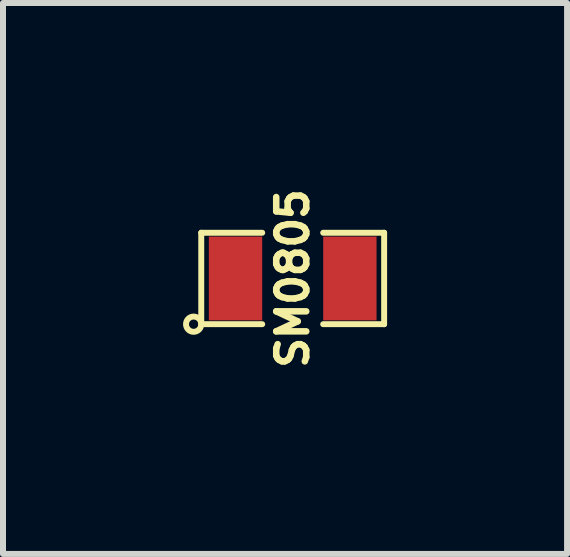
<source format=kicad_pcb>
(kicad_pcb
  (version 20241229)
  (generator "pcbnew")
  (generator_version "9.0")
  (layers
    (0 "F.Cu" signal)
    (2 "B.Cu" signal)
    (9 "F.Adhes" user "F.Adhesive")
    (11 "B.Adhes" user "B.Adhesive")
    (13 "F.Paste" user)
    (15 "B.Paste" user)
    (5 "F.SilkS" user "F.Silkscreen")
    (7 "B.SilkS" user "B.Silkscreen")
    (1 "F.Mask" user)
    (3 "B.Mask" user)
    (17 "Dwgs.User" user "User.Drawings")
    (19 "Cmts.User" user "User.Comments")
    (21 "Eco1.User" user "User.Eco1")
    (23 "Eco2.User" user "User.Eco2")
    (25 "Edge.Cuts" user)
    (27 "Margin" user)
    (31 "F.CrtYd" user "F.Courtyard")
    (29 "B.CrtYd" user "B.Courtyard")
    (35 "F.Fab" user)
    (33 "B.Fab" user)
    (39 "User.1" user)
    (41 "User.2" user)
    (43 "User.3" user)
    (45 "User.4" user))
  (footprint "SM0805"
    (placed yes)
    (layer "F.Cu")
    (at 1.828 1.591)
    (property "Reference" "SM0805" (at 0 0 90) (layer "F.SilkS") (effects (font (size 0.5 0.5) (thickness 0.109))))
    (attr smd)
    (fp_line (start -1.524 -0.762) (end -0.508 -0.762) (stroke (width 0.099) (type solid)) (layer "F.SilkS"))
    (fp_line (start -1.524 0.762) (end -1.524 -0.762) (stroke (width 0.099) (type solid)) (layer "F.SilkS"))
    (fp_line (start -0.508 0.762) (end -1.524 0.762) (stroke (width 0.099) (type solid)) (layer "F.SilkS"))
    (fp_line (start 0.508 -0.762) (end 1.524 -0.762) (stroke (width 0.099) (type solid)) (layer "F.SilkS"))
    (fp_line (start 1.524 -0.762) (end 1.524 0.762) (stroke (width 0.099) (type solid)) (layer "F.SilkS"))
    (fp_line (start 1.524 0.762) (end 0.508 0.762) (stroke (width 0.099) (type solid)) (layer "F.SilkS"))
    (fp_circle (center -1.651 0.762) (end -1.651 0.635) (stroke (width 0.099) (type solid)) (fill no) (layer "F.SilkS"))
    (pad "1" smd rect (at -0.953 0) (size 0.889 1.397) (layers "F.Cu" "F.Mask" "F.Paste"))
    (pad "2" smd rect (at 0.953 0) (size 0.889 1.397) (layers "F.Cu" "F.Mask" "F.Paste")))
  (gr_rect
    (start -3 -3)
    (end 6.401 6.182)
    (stroke (width 0.1) (type default))
    (fill no)
    (layer "Edge.Cuts")))
</source>
